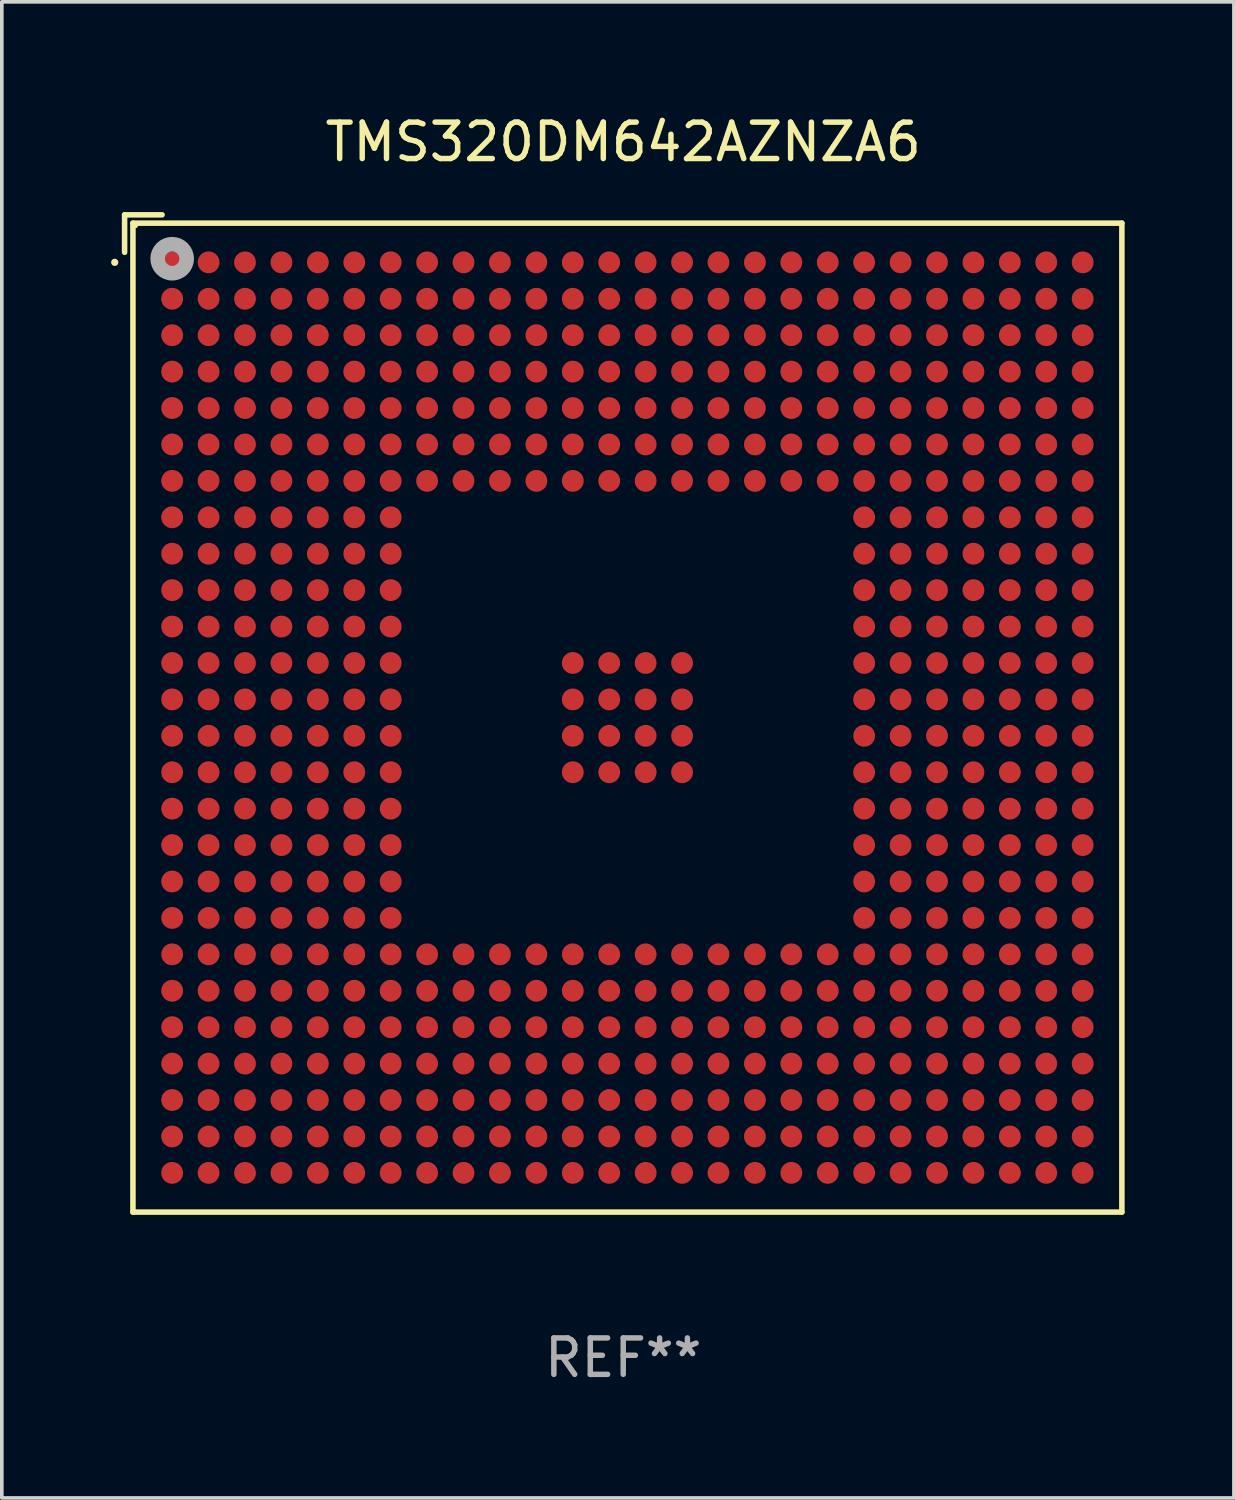
<source format=kicad_pcb>
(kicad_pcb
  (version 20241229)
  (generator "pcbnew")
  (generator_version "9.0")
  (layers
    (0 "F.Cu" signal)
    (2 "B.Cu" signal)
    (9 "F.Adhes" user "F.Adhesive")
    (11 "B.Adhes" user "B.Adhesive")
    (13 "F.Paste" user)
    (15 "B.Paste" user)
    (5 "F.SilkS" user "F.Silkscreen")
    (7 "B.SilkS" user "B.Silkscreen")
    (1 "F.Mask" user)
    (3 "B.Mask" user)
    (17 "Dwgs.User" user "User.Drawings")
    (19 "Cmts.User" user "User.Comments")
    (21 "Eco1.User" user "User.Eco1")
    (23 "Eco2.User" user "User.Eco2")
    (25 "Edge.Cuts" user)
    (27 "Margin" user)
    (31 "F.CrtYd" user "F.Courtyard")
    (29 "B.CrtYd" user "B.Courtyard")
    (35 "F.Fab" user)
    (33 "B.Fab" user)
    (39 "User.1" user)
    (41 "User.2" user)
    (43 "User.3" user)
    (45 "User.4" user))
  (footprint "TMS320DM642AZNZA6"
    (layer "F.Cu")
    (at 14.062 16.539)
    (property "Reference" "TMS320DM642AZNZA6" (at 0 -15.691 0) (layer "F.SilkS") (effects (font (size 1 1) (thickness 0.15))))
    (attr through_hole)
    (fp_line (start -13.691 -13.691) (end -12.662 -13.691) (stroke (width 0.152) (type solid)) (layer "F.SilkS"))
    (fp_line (start -13.691 -12.662) (end -13.691 -13.691) (stroke (width 0.152) (type solid)) (layer "F.SilkS"))
    (fp_line (start -13.462 -13.462) (end 13.691 -13.462) (stroke (width 0.152) (type solid)) (layer "F.SilkS"))
    (fp_line (start -13.462 13.691) (end -13.462 -13.462) (stroke (width 0.152) (type solid)) (layer "F.SilkS"))
    (fp_line (start 13.691 -13.462) (end 13.691 13.691) (stroke (width 0.152) (type solid)) (layer "F.SilkS"))
    (fp_line (start 13.691 13.691) (end -13.462 13.691) (stroke (width 0.152) (type solid)) (layer "F.SilkS"))
    (fp_circle (center -13.962 -12.386) (end -13.912 -12.386) (stroke (width 0.1) (type solid)) (fill no) (layer "F.SilkS"))
    (fp_circle (center -13.385 -13.386) (end -13.355 -13.386) (stroke (width 0.06) (type solid)) (fill no) (layer "F.SilkS"))
    (fp_circle (center -12.385 -12.486) (end -12.186 -12.486) (stroke (width 0.4) (type solid)) (fill no) (layer "F.Fab"))
    (fp_text user "REF**" (at 0 17.691 0) (layer "F.Fab") (effects (font (size 1 1) (thickness 0.15))))
    (pad "A1" smd circle (at -12.385 -12.386) (size 0.6 0.6) (layers "F.Cu" "F.Mask" "F.Paste"))
    (pad "A2" smd circle (at -11.385 -12.386) (size 0.6 0.6) (layers "F.Cu" "F.Mask" "F.Paste"))
    (pad "A3" smd circle (at -10.385 -12.386) (size 0.6 0.6) (layers "F.Cu" "F.Mask" "F.Paste"))
    (pad "A4" smd circle (at -9.385 -12.386) (size 0.6 0.6) (layers "F.Cu" "F.Mask" "F.Paste"))
    (pad "A5" smd circle (at -8.385 -12.386) (size 0.6 0.6) (layers "F.Cu" "F.Mask" "F.Paste"))
    (pad "A6" smd circle (at -7.385 -12.386) (size 0.6 0.6) (layers "F.Cu" "F.Mask" "F.Paste"))
    (pad "A7" smd circle (at -6.385 -12.386) (size 0.6 0.6) (layers "F.Cu" "F.Mask" "F.Paste"))
    (pad "A8" smd circle (at -5.385 -12.386) (size 0.6 0.6) (layers "F.Cu" "F.Mask" "F.Paste"))
    (pad "A9" smd circle (at -4.385 -12.386) (size 0.6 0.6) (layers "F.Cu" "F.Mask" "F.Paste"))
    (pad "A10" smd circle (at -3.385 -12.386) (size 0.6 0.6) (layers "F.Cu" "F.Mask" "F.Paste"))
    (pad "A11" smd circle (at -2.385 -12.386) (size 0.6 0.6) (layers "F.Cu" "F.Mask" "F.Paste"))
    (pad "A12" smd circle (at -1.385 -12.386) (size 0.6 0.6) (layers "F.Cu" "F.Mask" "F.Paste"))
    (pad "A13" smd circle (at -0.385 -12.386) (size 0.6 0.6) (layers "F.Cu" "F.Mask" "F.Paste"))
    (pad "A14" smd circle (at 0.615 -12.386) (size 0.6 0.6) (layers "F.Cu" "F.Mask" "F.Paste"))
    (pad "A15" smd circle (at 1.615 -12.386) (size 0.6 0.6) (layers "F.Cu" "F.Mask" "F.Paste"))
    (pad "A16" smd circle (at 2.615 -12.386) (size 0.6 0.6) (layers "F.Cu" "F.Mask" "F.Paste"))
    (pad "A17" smd circle (at 3.615 -12.386) (size 0.6 0.6) (layers "F.Cu" "F.Mask" "F.Paste"))
    (pad "A18" smd circle (at 4.615 -12.386) (size 0.6 0.6) (layers "F.Cu" "F.Mask" "F.Paste"))
    (pad "A19" smd circle (at 5.615 -12.386) (size 0.6 0.6) (layers "F.Cu" "F.Mask" "F.Paste"))
    (pad "A20" smd circle (at 6.615 -12.386) (size 0.6 0.6) (layers "F.Cu" "F.Mask" "F.Paste"))
    (pad "A21" smd circle (at 7.615 -12.386) (size 0.6 0.6) (layers "F.Cu" "F.Mask" "F.Paste"))
    (pad "A22" smd circle (at 8.615 -12.386) (size 0.6 0.6) (layers "F.Cu" "F.Mask" "F.Paste"))
    (pad "A23" smd circle (at 9.615 -12.386) (size 0.6 0.6) (layers "F.Cu" "F.Mask" "F.Paste"))
    (pad "A24" smd circle (at 10.615 -12.386) (size 0.6 0.6) (layers "F.Cu" "F.Mask" "F.Paste"))
    (pad "A25" smd circle (at 11.615 -12.386) (size 0.6 0.6) (layers "F.Cu" "F.Mask" "F.Paste"))
    (pad "A26" smd circle (at 12.615 -12.386) (size 0.6 0.6) (layers "F.Cu" "F.Mask" "F.Paste"))
    (pad "AA1" smd circle (at -12.385 7.614) (size 0.6 0.6) (layers "F.Cu" "F.Mask" "F.Paste"))
    (pad "AA2" smd circle (at -11.385 7.614) (size 0.6 0.6) (layers "F.Cu" "F.Mask" "F.Paste"))
    (pad "AA3" smd circle (at -10.385 7.614) (size 0.6 0.6) (layers "F.Cu" "F.Mask" "F.Paste"))
    (pad "AA4" smd circle (at -9.385 7.614) (size 0.6 0.6) (layers "F.Cu" "F.Mask" "F.Paste"))
    (pad "AA5" smd circle (at -8.385 7.614) (size 0.6 0.6) (layers "F.Cu" "F.Mask" "F.Paste"))
    (pad "AA6" smd circle (at -7.385 7.614) (size 0.6 0.6) (layers "F.Cu" "F.Mask" "F.Paste"))
    (pad "AA7" smd circle (at -6.385 7.614) (size 0.6 0.6) (layers "F.Cu" "F.Mask" "F.Paste"))
    (pad "AA8" smd circle (at -5.385 7.614) (size 0.6 0.6) (layers "F.Cu" "F.Mask" "F.Paste"))
    (pad "AA9" smd circle (at -4.385 7.614) (size 0.6 0.6) (layers "F.Cu" "F.Mask" "F.Paste"))
    (pad "AA10" smd circle (at -3.385 7.614) (size 0.6 0.6) (layers "F.Cu" "F.Mask" "F.Paste"))
    (pad "AA11" smd circle (at -2.385 7.614) (size 0.6 0.6) (layers "F.Cu" "F.Mask" "F.Paste"))
    (pad "AA12" smd circle (at -1.385 7.614) (size 0.6 0.6) (layers "F.Cu" "F.Mask" "F.Paste"))
    (pad "AA13" smd circle (at -0.385 7.614) (size 0.6 0.6) (layers "F.Cu" "F.Mask" "F.Paste"))
    (pad "AA14" smd circle (at 0.615 7.614) (size 0.6 0.6) (layers "F.Cu" "F.Mask" "F.Paste"))
    (pad "AA15" smd circle (at 1.615 7.614) (size 0.6 0.6) (layers "F.Cu" "F.Mask" "F.Paste"))
    (pad "AA16" smd circle (at 2.615 7.614) (size 0.6 0.6) (layers "F.Cu" "F.Mask" "F.Paste"))
    (pad "AA17" smd circle (at 3.615 7.614) (size 0.6 0.6) (layers "F.Cu" "F.Mask" "F.Paste"))
    (pad "AA18" smd circle (at 4.615 7.614) (size 0.6 0.6) (layers "F.Cu" "F.Mask" "F.Paste"))
    (pad "AA19" smd circle (at 5.615 7.614) (size 0.6 0.6) (layers "F.Cu" "F.Mask" "F.Paste"))
    (pad "AA20" smd circle (at 6.615 7.614) (size 0.6 0.6) (layers "F.Cu" "F.Mask" "F.Paste"))
    (pad "AA21" smd circle (at 7.615 7.614) (size 0.6 0.6) (layers "F.Cu" "F.Mask" "F.Paste"))
    (pad "AA22" smd circle (at 8.615 7.614) (size 0.6 0.6) (layers "F.Cu" "F.Mask" "F.Paste"))
    (pad "AA23" smd circle (at 9.615 7.614) (size 0.6 0.6) (layers "F.Cu" "F.Mask" "F.Paste"))
    (pad "AA24" smd circle (at 10.615 7.614) (size 0.6 0.6) (layers "F.Cu" "F.Mask" "F.Paste"))
    (pad "AA25" smd circle (at 11.615 7.614) (size 0.6 0.6) (layers "F.Cu" "F.Mask" "F.Paste"))
    (pad "AA26" smd circle (at 12.615 7.614) (size 0.6 0.6) (layers "F.Cu" "F.Mask" "F.Paste"))
    (pad "AB1" smd circle (at -12.385 8.614) (size 0.6 0.6) (layers "F.Cu" "F.Mask" "F.Paste"))
    (pad "AB2" smd circle (at -11.385 8.614) (size 0.6 0.6) (layers "F.Cu" "F.Mask" "F.Paste"))
    (pad "AB3" smd circle (at -10.385 8.614) (size 0.6 0.6) (layers "F.Cu" "F.Mask" "F.Paste"))
    (pad "AB4" smd circle (at -9.385 8.614) (size 0.6 0.6) (layers "F.Cu" "F.Mask" "F.Paste"))
    (pad "AB5" smd circle (at -8.385 8.614) (size 0.6 0.6) (layers "F.Cu" "F.Mask" "F.Paste"))
    (pad "AB6" smd circle (at -7.385 8.614) (size 0.6 0.6) (layers "F.Cu" "F.Mask" "F.Paste"))
    (pad "AB7" smd circle (at -6.385 8.614) (size 0.6 0.6) (layers "F.Cu" "F.Mask" "F.Paste"))
    (pad "AB8" smd circle (at -5.385 8.614) (size 0.6 0.6) (layers "F.Cu" "F.Mask" "F.Paste"))
    (pad "AB9" smd circle (at -4.385 8.614) (size 0.6 0.6) (layers "F.Cu" "F.Mask" "F.Paste"))
    (pad "AB10" smd circle (at -3.385 8.614) (size 0.6 0.6) (layers "F.Cu" "F.Mask" "F.Paste"))
    (pad "AB11" smd circle (at -2.385 8.614) (size 0.6 0.6) (layers "F.Cu" "F.Mask" "F.Paste"))
    (pad "AB12" smd circle (at -1.385 8.614) (size 0.6 0.6) (layers "F.Cu" "F.Mask" "F.Paste"))
    (pad "AB13" smd circle (at -0.385 8.614) (size 0.6 0.6) (layers "F.Cu" "F.Mask" "F.Paste"))
    (pad "AB14" smd circle (at 0.615 8.614) (size 0.6 0.6) (layers "F.Cu" "F.Mask" "F.Paste"))
    (pad "AB15" smd circle (at 1.615 8.614) (size 0.6 0.6) (layers "F.Cu" "F.Mask" "F.Paste"))
    (pad "AB16" smd circle (at 2.615 8.614) (size 0.6 0.6) (layers "F.Cu" "F.Mask" "F.Paste"))
    (pad "AB17" smd circle (at 3.615 8.614) (size 0.6 0.6) (layers "F.Cu" "F.Mask" "F.Paste"))
    (pad "AB18" smd circle (at 4.615 8.614) (size 0.6 0.6) (layers "F.Cu" "F.Mask" "F.Paste"))
    (pad "AB19" smd circle (at 5.615 8.614) (size 0.6 0.6) (layers "F.Cu" "F.Mask" "F.Paste"))
    (pad "AB20" smd circle (at 6.615 8.614) (size 0.6 0.6) (layers "F.Cu" "F.Mask" "F.Paste"))
    (pad "AB21" smd circle (at 7.615 8.614) (size 0.6 0.6) (layers "F.Cu" "F.Mask" "F.Paste"))
    (pad "AB22" smd circle (at 8.615 8.614) (size 0.6 0.6) (layers "F.Cu" "F.Mask" "F.Paste"))
    (pad "AB23" smd circle (at 9.615 8.614) (size 0.6 0.6) (layers "F.Cu" "F.Mask" "F.Paste"))
    (pad "AB24" smd circle (at 10.615 8.614) (size 0.6 0.6) (layers "F.Cu" "F.Mask" "F.Paste"))
    (pad "AB25" smd circle (at 11.615 8.614) (size 0.6 0.6) (layers "F.Cu" "F.Mask" "F.Paste"))
    (pad "AB26" smd circle (at 12.615 8.614) (size 0.6 0.6) (layers "F.Cu" "F.Mask" "F.Paste"))
    (pad "AC1" smd circle (at -12.385 9.614) (size 0.6 0.6) (layers "F.Cu" "F.Mask" "F.Paste"))
    (pad "AC2" smd circle (at -11.385 9.614) (size 0.6 0.6) (layers "F.Cu" "F.Mask" "F.Paste"))
    (pad "AC3" smd circle (at -10.385 9.614) (size 0.6 0.6) (layers "F.Cu" "F.Mask" "F.Paste"))
    (pad "AC4" smd circle (at -9.385 9.614) (size 0.6 0.6) (layers "F.Cu" "F.Mask" "F.Paste"))
    (pad "AC5" smd circle (at -8.385 9.614) (size 0.6 0.6) (layers "F.Cu" "F.Mask" "F.Paste"))
    (pad "AC6" smd circle (at -7.385 9.614) (size 0.6 0.6) (layers "F.Cu" "F.Mask" "F.Paste"))
    (pad "AC7" smd circle (at -6.385 9.614) (size 0.6 0.6) (layers "F.Cu" "F.Mask" "F.Paste"))
    (pad "AC8" smd circle (at -5.385 9.614) (size 0.6 0.6) (layers "F.Cu" "F.Mask" "F.Paste"))
    (pad "AC9" smd circle (at -4.385 9.614) (size 0.6 0.6) (layers "F.Cu" "F.Mask" "F.Paste"))
    (pad "AC10" smd circle (at -3.385 9.614) (size 0.6 0.6) (layers "F.Cu" "F.Mask" "F.Paste"))
    (pad "AC11" smd circle (at -2.385 9.614) (size 0.6 0.6) (layers "F.Cu" "F.Mask" "F.Paste"))
    (pad "AC12" smd circle (at -1.385 9.614) (size 0.6 0.6) (layers "F.Cu" "F.Mask" "F.Paste"))
    (pad "AC13" smd circle (at -0.385 9.614) (size 0.6 0.6) (layers "F.Cu" "F.Mask" "F.Paste"))
    (pad "AC14" smd circle (at 0.615 9.614) (size 0.6 0.6) (layers "F.Cu" "F.Mask" "F.Paste"))
    (pad "AC15" smd circle (at 1.615 9.614) (size 0.6 0.6) (layers "F.Cu" "F.Mask" "F.Paste"))
    (pad "AC16" smd circle (at 2.615 9.614) (size 0.6 0.6) (layers "F.Cu" "F.Mask" "F.Paste"))
    (pad "AC17" smd circle (at 3.615 9.614) (size 0.6 0.6) (layers "F.Cu" "F.Mask" "F.Paste"))
    (pad "AC18" smd circle (at 4.615 9.614) (size 0.6 0.6) (layers "F.Cu" "F.Mask" "F.Paste"))
    (pad "AC19" smd circle (at 5.615 9.614) (size 0.6 0.6) (layers "F.Cu" "F.Mask" "F.Paste"))
    (pad "AC20" smd circle (at 6.615 9.614) (size 0.6 0.6) (layers "F.Cu" "F.Mask" "F.Paste"))
    (pad "AC21" smd circle (at 7.615 9.614) (size 0.6 0.6) (layers "F.Cu" "F.Mask" "F.Paste"))
    (pad "AC22" smd circle (at 8.615 9.614) (size 0.6 0.6) (layers "F.Cu" "F.Mask" "F.Paste"))
    (pad "AC23" smd circle (at 9.615 9.614) (size 0.6 0.6) (layers "F.Cu" "F.Mask" "F.Paste"))
    (pad "AC24" smd circle (at 10.615 9.614) (size 0.6 0.6) (layers "F.Cu" "F.Mask" "F.Paste"))
    (pad "AC25" smd circle (at 11.615 9.614) (size 0.6 0.6) (layers "F.Cu" "F.Mask" "F.Paste"))
    (pad "AC26" smd circle (at 12.615 9.614) (size 0.6 0.6) (layers "F.Cu" "F.Mask" "F.Paste"))
    (pad "AD1" smd circle (at -12.385 10.614) (size 0.6 0.6) (layers "F.Cu" "F.Mask" "F.Paste"))
    (pad "AD2" smd circle (at -11.385 10.614) (size 0.6 0.6) (layers "F.Cu" "F.Mask" "F.Paste"))
    (pad "AD3" smd circle (at -10.385 10.614) (size 0.6 0.6) (layers "F.Cu" "F.Mask" "F.Paste"))
    (pad "AD4" smd circle (at -9.385 10.614) (size 0.6 0.6) (layers "F.Cu" "F.Mask" "F.Paste"))
    (pad "AD5" smd circle (at -8.385 10.614) (size 0.6 0.6) (layers "F.Cu" "F.Mask" "F.Paste"))
    (pad "AD6" smd circle (at -7.385 10.614) (size 0.6 0.6) (layers "F.Cu" "F.Mask" "F.Paste"))
    (pad "AD7" smd circle (at -6.385 10.614) (size 0.6 0.6) (layers "F.Cu" "F.Mask" "F.Paste"))
    (pad "AD8" smd circle (at -5.385 10.614) (size 0.6 0.6) (layers "F.Cu" "F.Mask" "F.Paste"))
    (pad "AD9" smd circle (at -4.385 10.614) (size 0.6 0.6) (layers "F.Cu" "F.Mask" "F.Paste"))
    (pad "AD10" smd circle (at -3.385 10.614) (size 0.6 0.6) (layers "F.Cu" "F.Mask" "F.Paste"))
    (pad "AD11" smd circle (at -2.385 10.614) (size 0.6 0.6) (layers "F.Cu" "F.Mask" "F.Paste"))
    (pad "AD12" smd circle (at -1.385 10.614) (size 0.6 0.6) (layers "F.Cu" "F.Mask" "F.Paste"))
    (pad "AD13" smd circle (at -0.385 10.614) (size 0.6 0.6) (layers "F.Cu" "F.Mask" "F.Paste"))
    (pad "AD14" smd circle (at 0.615 10.614) (size 0.6 0.6) (layers "F.Cu" "F.Mask" "F.Paste"))
    (pad "AD15" smd circle (at 1.615 10.614) (size 0.6 0.6) (layers "F.Cu" "F.Mask" "F.Paste"))
    (pad "AD16" smd circle (at 2.615 10.614) (size 0.6 0.6) (layers "F.Cu" "F.Mask" "F.Paste"))
    (pad "AD17" smd circle (at 3.615 10.614) (size 0.6 0.6) (layers "F.Cu" "F.Mask" "F.Paste"))
    (pad "AD18" smd circle (at 4.615 10.614) (size 0.6 0.6) (layers "F.Cu" "F.Mask" "F.Paste"))
    (pad "AD19" smd circle (at 5.615 10.614) (size 0.6 0.6) (layers "F.Cu" "F.Mask" "F.Paste"))
    (pad "AD20" smd circle (at 6.615 10.614) (size 0.6 0.6) (layers "F.Cu" "F.Mask" "F.Paste"))
    (pad "AD21" smd circle (at 7.615 10.614) (size 0.6 0.6) (layers "F.Cu" "F.Mask" "F.Paste"))
    (pad "AD22" smd circle (at 8.615 10.614) (size 0.6 0.6) (layers "F.Cu" "F.Mask" "F.Paste"))
    (pad "AD23" smd circle (at 9.615 10.614) (size 0.6 0.6) (layers "F.Cu" "F.Mask" "F.Paste"))
    (pad "AD24" smd circle (at 10.615 10.614) (size 0.6 0.6) (layers "F.Cu" "F.Mask" "F.Paste"))
    (pad "AD25" smd circle (at 11.615 10.614) (size 0.6 0.6) (layers "F.Cu" "F.Mask" "F.Paste"))
    (pad "AD26" smd circle (at 12.615 10.614) (size 0.6 0.6) (layers "F.Cu" "F.Mask" "F.Paste"))
    (pad "AE1" smd circle (at -12.385 11.614) (size 0.6 0.6) (layers "F.Cu" "F.Mask" "F.Paste"))
    (pad "AE2" smd circle (at -11.385 11.614) (size 0.6 0.6) (layers "F.Cu" "F.Mask" "F.Paste"))
    (pad "AE3" smd circle (at -10.385 11.614) (size 0.6 0.6) (layers "F.Cu" "F.Mask" "F.Paste"))
    (pad "AE4" smd circle (at -9.385 11.614) (size 0.6 0.6) (layers "F.Cu" "F.Mask" "F.Paste"))
    (pad "AE5" smd circle (at -8.385 11.614) (size 0.6 0.6) (layers "F.Cu" "F.Mask" "F.Paste"))
    (pad "AE6" smd circle (at -7.385 11.614) (size 0.6 0.6) (layers "F.Cu" "F.Mask" "F.Paste"))
    (pad "AE7" smd circle (at -6.385 11.614) (size 0.6 0.6) (layers "F.Cu" "F.Mask" "F.Paste"))
    (pad "AE8" smd circle (at -5.385 11.614) (size 0.6 0.6) (layers "F.Cu" "F.Mask" "F.Paste"))
    (pad "AE9" smd circle (at -4.385 11.614) (size 0.6 0.6) (layers "F.Cu" "F.Mask" "F.Paste"))
    (pad "AE10" smd circle (at -3.385 11.614) (size 0.6 0.6) (layers "F.Cu" "F.Mask" "F.Paste"))
    (pad "AE11" smd circle (at -2.385 11.614) (size 0.6 0.6) (layers "F.Cu" "F.Mask" "F.Paste"))
    (pad "AE12" smd circle (at -1.385 11.614) (size 0.6 0.6) (layers "F.Cu" "F.Mask" "F.Paste"))
    (pad "AE13" smd circle (at -0.385 11.614) (size 0.6 0.6) (layers "F.Cu" "F.Mask" "F.Paste"))
    (pad "AE14" smd circle (at 0.615 11.614) (size 0.6 0.6) (layers "F.Cu" "F.Mask" "F.Paste"))
    (pad "AE15" smd circle (at 1.615 11.614) (size 0.6 0.6) (layers "F.Cu" "F.Mask" "F.Paste"))
    (pad "AE16" smd circle (at 2.615 11.614) (size 0.6 0.6) (layers "F.Cu" "F.Mask" "F.Paste"))
    (pad "AE17" smd circle (at 3.615 11.614) (size 0.6 0.6) (layers "F.Cu" "F.Mask" "F.Paste"))
    (pad "AE18" smd circle (at 4.615 11.614) (size 0.6 0.6) (layers "F.Cu" "F.Mask" "F.Paste"))
    (pad "AE19" smd circle (at 5.615 11.614) (size 0.6 0.6) (layers "F.Cu" "F.Mask" "F.Paste"))
    (pad "AE20" smd circle (at 6.615 11.614) (size 0.6 0.6) (layers "F.Cu" "F.Mask" "F.Paste"))
    (pad "AE21" smd circle (at 7.615 11.614) (size 0.6 0.6) (layers "F.Cu" "F.Mask" "F.Paste"))
    (pad "AE22" smd circle (at 8.615 11.614) (size 0.6 0.6) (layers "F.Cu" "F.Mask" "F.Paste"))
    (pad "AE23" smd circle (at 9.615 11.614) (size 0.6 0.6) (layers "F.Cu" "F.Mask" "F.Paste"))
    (pad "AE24" smd circle (at 10.615 11.614) (size 0.6 0.6) (layers "F.Cu" "F.Mask" "F.Paste"))
    (pad "AE25" smd circle (at 11.615 11.614) (size 0.6 0.6) (layers "F.Cu" "F.Mask" "F.Paste"))
    (pad "AE26" smd circle (at 12.615 11.614) (size 0.6 0.6) (layers "F.Cu" "F.Mask" "F.Paste"))
    (pad "AF1" smd circle (at -12.385 12.614) (size 0.6 0.6) (layers "F.Cu" "F.Mask" "F.Paste"))
    (pad "AF2" smd circle (at -11.385 12.614) (size 0.6 0.6) (layers "F.Cu" "F.Mask" "F.Paste"))
    (pad "AF3" smd circle (at -10.385 12.614) (size 0.6 0.6) (layers "F.Cu" "F.Mask" "F.Paste"))
    (pad "AF4" smd circle (at -9.385 12.614) (size 0.6 0.6) (layers "F.Cu" "F.Mask" "F.Paste"))
    (pad "AF5" smd circle (at -8.385 12.614) (size 0.6 0.6) (layers "F.Cu" "F.Mask" "F.Paste"))
    (pad "AF6" smd circle (at -7.385 12.614) (size 0.6 0.6) (layers "F.Cu" "F.Mask" "F.Paste"))
    (pad "AF7" smd circle (at -6.385 12.614) (size 0.6 0.6) (layers "F.Cu" "F.Mask" "F.Paste"))
    (pad "AF8" smd circle (at -5.385 12.614) (size 0.6 0.6) (layers "F.Cu" "F.Mask" "F.Paste"))
    (pad "AF9" smd circle (at -4.385 12.614) (size 0.6 0.6) (layers "F.Cu" "F.Mask" "F.Paste"))
    (pad "AF10" smd circle (at -3.385 12.614) (size 0.6 0.6) (layers "F.Cu" "F.Mask" "F.Paste"))
    (pad "AF11" smd circle (at -2.385 12.614) (size 0.6 0.6) (layers "F.Cu" "F.Mask" "F.Paste"))
    (pad "AF12" smd circle (at -1.385 12.614) (size 0.6 0.6) (layers "F.Cu" "F.Mask" "F.Paste"))
    (pad "AF13" smd circle (at -0.385 12.614) (size 0.6 0.6) (layers "F.Cu" "F.Mask" "F.Paste"))
    (pad "AF14" smd circle (at 0.615 12.614) (size 0.6 0.6) (layers "F.Cu" "F.Mask" "F.Paste"))
    (pad "AF15" smd circle (at 1.615 12.614) (size 0.6 0.6) (layers "F.Cu" "F.Mask" "F.Paste"))
    (pad "AF16" smd circle (at 2.615 12.614) (size 0.6 0.6) (layers "F.Cu" "F.Mask" "F.Paste"))
    (pad "AF17" smd circle (at 3.615 12.614) (size 0.6 0.6) (layers "F.Cu" "F.Mask" "F.Paste"))
    (pad "AF18" smd circle (at 4.615 12.614) (size 0.6 0.6) (layers "F.Cu" "F.Mask" "F.Paste"))
    (pad "AF19" smd circle (at 5.615 12.614) (size 0.6 0.6) (layers "F.Cu" "F.Mask" "F.Paste"))
    (pad "AF20" smd circle (at 6.615 12.614) (size 0.6 0.6) (layers "F.Cu" "F.Mask" "F.Paste"))
    (pad "AF21" smd circle (at 7.615 12.614) (size 0.6 0.6) (layers "F.Cu" "F.Mask" "F.Paste"))
    (pad "AF22" smd circle (at 8.615 12.614) (size 0.6 0.6) (layers "F.Cu" "F.Mask" "F.Paste"))
    (pad "AF23" smd circle (at 9.615 12.614) (size 0.6 0.6) (layers "F.Cu" "F.Mask" "F.Paste"))
    (pad "AF24" smd circle (at 10.615 12.614) (size 0.6 0.6) (layers "F.Cu" "F.Mask" "F.Paste"))
    (pad "AF25" smd circle (at 11.615 12.614) (size 0.6 0.6) (layers "F.Cu" "F.Mask" "F.Paste"))
    (pad "AF26" smd circle (at 12.615 12.614) (size 0.6 0.6) (layers "F.Cu" "F.Mask" "F.Paste"))
    (pad "B1" smd circle (at -12.385 -11.386) (size 0.6 0.6) (layers "F.Cu" "F.Mask" "F.Paste"))
    (pad "B2" smd circle (at -11.385 -11.386) (size 0.6 0.6) (layers "F.Cu" "F.Mask" "F.Paste"))
    (pad "B3" smd circle (at -10.385 -11.386) (size 0.6 0.6) (layers "F.Cu" "F.Mask" "F.Paste"))
    (pad "B4" smd circle (at -9.385 -11.386) (size 0.6 0.6) (layers "F.Cu" "F.Mask" "F.Paste"))
    (pad "B5" smd circle (at -8.385 -11.386) (size 0.6 0.6) (layers "F.Cu" "F.Mask" "F.Paste"))
    (pad "B6" smd circle (at -7.385 -11.386) (size 0.6 0.6) (layers "F.Cu" "F.Mask" "F.Paste"))
    (pad "B7" smd circle (at -6.385 -11.386) (size 0.6 0.6) (layers "F.Cu" "F.Mask" "F.Paste"))
    (pad "B8" smd circle (at -5.385 -11.386) (size 0.6 0.6) (layers "F.Cu" "F.Mask" "F.Paste"))
    (pad "B9" smd circle (at -4.385 -11.386) (size 0.6 0.6) (layers "F.Cu" "F.Mask" "F.Paste"))
    (pad "B10" smd circle (at -3.385 -11.386) (size 0.6 0.6) (layers "F.Cu" "F.Mask" "F.Paste"))
    (pad "B11" smd circle (at -2.385 -11.386) (size 0.6 0.6) (layers "F.Cu" "F.Mask" "F.Paste"))
    (pad "B12" smd circle (at -1.385 -11.386) (size 0.6 0.6) (layers "F.Cu" "F.Mask" "F.Paste"))
    (pad "B13" smd circle (at -0.385 -11.386) (size 0.6 0.6) (layers "F.Cu" "F.Mask" "F.Paste"))
    (pad "B14" smd circle (at 0.615 -11.386) (size 0.6 0.6) (layers "F.Cu" "F.Mask" "F.Paste"))
    (pad "B15" smd circle (at 1.615 -11.386) (size 0.6 0.6) (layers "F.Cu" "F.Mask" "F.Paste"))
    (pad "B16" smd circle (at 2.615 -11.386) (size 0.6 0.6) (layers "F.Cu" "F.Mask" "F.Paste"))
    (pad "B17" smd circle (at 3.615 -11.386) (size 0.6 0.6) (layers "F.Cu" "F.Mask" "F.Paste"))
    (pad "B18" smd circle (at 4.615 -11.386) (size 0.6 0.6) (layers "F.Cu" "F.Mask" "F.Paste"))
    (pad "B19" smd circle (at 5.615 -11.386) (size 0.6 0.6) (layers "F.Cu" "F.Mask" "F.Paste"))
    (pad "B20" smd circle (at 6.615 -11.386) (size 0.6 0.6) (layers "F.Cu" "F.Mask" "F.Paste"))
    (pad "B21" smd circle (at 7.615 -11.386) (size 0.6 0.6) (layers "F.Cu" "F.Mask" "F.Paste"))
    (pad "B22" smd circle (at 8.615 -11.386) (size 0.6 0.6) (layers "F.Cu" "F.Mask" "F.Paste"))
    (pad "B23" smd circle (at 9.615 -11.386) (size 0.6 0.6) (layers "F.Cu" "F.Mask" "F.Paste"))
    (pad "B24" smd circle (at 10.615 -11.386) (size 0.6 0.6) (layers "F.Cu" "F.Mask" "F.Paste"))
    (pad "B25" smd circle (at 11.615 -11.386) (size 0.6 0.6) (layers "F.Cu" "F.Mask" "F.Paste"))
    (pad "B26" smd circle (at 12.615 -11.386) (size 0.6 0.6) (layers "F.Cu" "F.Mask" "F.Paste"))
    (pad "C1" smd circle (at -12.385 -10.386) (size 0.6 0.6) (layers "F.Cu" "F.Mask" "F.Paste"))
    (pad "C2" smd circle (at -11.385 -10.386) (size 0.6 0.6) (layers "F.Cu" "F.Mask" "F.Paste"))
    (pad "C3" smd circle (at -10.385 -10.386) (size 0.6 0.6) (layers "F.Cu" "F.Mask" "F.Paste"))
    (pad "C4" smd circle (at -9.385 -10.386) (size 0.6 0.6) (layers "F.Cu" "F.Mask" "F.Paste"))
    (pad "C5" smd circle (at -8.385 -10.386) (size 0.6 0.6) (layers "F.Cu" "F.Mask" "F.Paste"))
    (pad "C6" smd circle (at -7.385 -10.386) (size 0.6 0.6) (layers "F.Cu" "F.Mask" "F.Paste"))
    (pad "C7" smd circle (at -6.385 -10.386) (size 0.6 0.6) (layers "F.Cu" "F.Mask" "F.Paste"))
    (pad "C8" smd circle (at -5.385 -10.386) (size 0.6 0.6) (layers "F.Cu" "F.Mask" "F.Paste"))
    (pad "C9" smd circle (at -4.385 -10.386) (size 0.6 0.6) (layers "F.Cu" "F.Mask" "F.Paste"))
    (pad "C10" smd circle (at -3.385 -10.386) (size 0.6 0.6) (layers "F.Cu" "F.Mask" "F.Paste"))
    (pad "C11" smd circle (at -2.385 -10.386) (size 0.6 0.6) (layers "F.Cu" "F.Mask" "F.Paste"))
    (pad "C12" smd circle (at -1.385 -10.386) (size 0.6 0.6) (layers "F.Cu" "F.Mask" "F.Paste"))
    (pad "C13" smd circle (at -0.385 -10.386) (size 0.6 0.6) (layers "F.Cu" "F.Mask" "F.Paste"))
    (pad "C14" smd circle (at 0.615 -10.386) (size 0.6 0.6) (layers "F.Cu" "F.Mask" "F.Paste"))
    (pad "C15" smd circle (at 1.615 -10.386) (size 0.6 0.6) (layers "F.Cu" "F.Mask" "F.Paste"))
    (pad "C16" smd circle (at 2.615 -10.386) (size 0.6 0.6) (layers "F.Cu" "F.Mask" "F.Paste"))
    (pad "C17" smd circle (at 3.615 -10.386) (size 0.6 0.6) (layers "F.Cu" "F.Mask" "F.Paste"))
    (pad "C18" smd circle (at 4.615 -10.386) (size 0.6 0.6) (layers "F.Cu" "F.Mask" "F.Paste"))
    (pad "C19" smd circle (at 5.615 -10.386) (size 0.6 0.6) (layers "F.Cu" "F.Mask" "F.Paste"))
    (pad "C20" smd circle (at 6.615 -10.386) (size 0.6 0.6) (layers "F.Cu" "F.Mask" "F.Paste"))
    (pad "C21" smd circle (at 7.615 -10.386) (size 0.6 0.6) (layers "F.Cu" "F.Mask" "F.Paste"))
    (pad "C22" smd circle (at 8.615 -10.386) (size 0.6 0.6) (layers "F.Cu" "F.Mask" "F.Paste"))
    (pad "C23" smd circle (at 9.615 -10.386) (size 0.6 0.6) (layers "F.Cu" "F.Mask" "F.Paste"))
    (pad "C24" smd circle (at 10.615 -10.386) (size 0.6 0.6) (layers "F.Cu" "F.Mask" "F.Paste"))
    (pad "C25" smd circle (at 11.615 -10.386) (size 0.6 0.6) (layers "F.Cu" "F.Mask" "F.Paste"))
    (pad "C26" smd circle (at 12.615 -10.386) (size 0.6 0.6) (layers "F.Cu" "F.Mask" "F.Paste"))
    (pad "D1" smd circle (at -12.385 -9.386) (size 0.6 0.6) (layers "F.Cu" "F.Mask" "F.Paste"))
    (pad "D2" smd circle (at -11.385 -9.386) (size 0.6 0.6) (layers "F.Cu" "F.Mask" "F.Paste"))
    (pad "D3" smd circle (at -10.385 -9.386) (size 0.6 0.6) (layers "F.Cu" "F.Mask" "F.Paste"))
    (pad "D4" smd circle (at -9.385 -9.386) (size 0.6 0.6) (layers "F.Cu" "F.Mask" "F.Paste"))
    (pad "D5" smd circle (at -8.385 -9.386) (size 0.6 0.6) (layers "F.Cu" "F.Mask" "F.Paste"))
    (pad "D6" smd circle (at -7.385 -9.386) (size 0.6 0.6) (layers "F.Cu" "F.Mask" "F.Paste"))
    (pad "D7" smd circle (at -6.385 -9.386) (size 0.6 0.6) (layers "F.Cu" "F.Mask" "F.Paste"))
    (pad "D8" smd circle (at -5.385 -9.386) (size 0.6 0.6) (layers "F.Cu" "F.Mask" "F.Paste"))
    (pad "D9" smd circle (at -4.385 -9.386) (size 0.6 0.6) (layers "F.Cu" "F.Mask" "F.Paste"))
    (pad "D10" smd circle (at -3.385 -9.386) (size 0.6 0.6) (layers "F.Cu" "F.Mask" "F.Paste"))
    (pad "D11" smd circle (at -2.385 -9.386) (size 0.6 0.6) (layers "F.Cu" "F.Mask" "F.Paste"))
    (pad "D12" smd circle (at -1.385 -9.386) (size 0.6 0.6) (layers "F.Cu" "F.Mask" "F.Paste"))
    (pad "D13" smd circle (at -0.385 -9.386) (size 0.6 0.6) (layers "F.Cu" "F.Mask" "F.Paste"))
    (pad "D14" smd circle (at 0.615 -9.386) (size 0.6 0.6) (layers "F.Cu" "F.Mask" "F.Paste"))
    (pad "D15" smd circle (at 1.615 -9.386) (size 0.6 0.6) (layers "F.Cu" "F.Mask" "F.Paste"))
    (pad "D16" smd circle (at 2.615 -9.386) (size 0.6 0.6) (layers "F.Cu" "F.Mask" "F.Paste"))
    (pad "D17" smd circle (at 3.615 -9.386) (size 0.6 0.6) (layers "F.Cu" "F.Mask" "F.Paste"))
    (pad "D18" smd circle (at 4.615 -9.386) (size 0.6 0.6) (layers "F.Cu" "F.Mask" "F.Paste"))
    (pad "D19" smd circle (at 5.615 -9.386) (size 0.6 0.6) (layers "F.Cu" "F.Mask" "F.Paste"))
    (pad "D20" smd circle (at 6.615 -9.386) (size 0.6 0.6) (layers "F.Cu" "F.Mask" "F.Paste"))
    (pad "D21" smd circle (at 7.615 -9.386) (size 0.6 0.6) (layers "F.Cu" "F.Mask" "F.Paste"))
    (pad "D22" smd circle (at 8.615 -9.386) (size 0.6 0.6) (layers "F.Cu" "F.Mask" "F.Paste"))
    (pad "D23" smd circle (at 9.615 -9.386) (size 0.6 0.6) (layers "F.Cu" "F.Mask" "F.Paste"))
    (pad "D24" smd circle (at 10.615 -9.386) (size 0.6 0.6) (layers "F.Cu" "F.Mask" "F.Paste"))
    (pad "D25" smd circle (at 11.615 -9.386) (size 0.6 0.6) (layers "F.Cu" "F.Mask" "F.Paste"))
    (pad "D26" smd circle (at 12.615 -9.386) (size 0.6 0.6) (layers "F.Cu" "F.Mask" "F.Paste"))
    (pad "E1" smd circle (at -12.385 -8.386) (size 0.6 0.6) (layers "F.Cu" "F.Mask" "F.Paste"))
    (pad "E2" smd circle (at -11.385 -8.386) (size 0.6 0.6) (layers "F.Cu" "F.Mask" "F.Paste"))
    (pad "E3" smd circle (at -10.385 -8.386) (size 0.6 0.6) (layers "F.Cu" "F.Mask" "F.Paste"))
    (pad "E4" smd circle (at -9.385 -8.386) (size 0.6 0.6) (layers "F.Cu" "F.Mask" "F.Paste"))
    (pad "E5" smd circle (at -8.385 -8.386) (size 0.6 0.6) (layers "F.Cu" "F.Mask" "F.Paste"))
    (pad "E6" smd circle (at -7.385 -8.386) (size 0.6 0.6) (layers "F.Cu" "F.Mask" "F.Paste"))
    (pad "E7" smd circle (at -6.385 -8.386) (size 0.6 0.6) (layers "F.Cu" "F.Mask" "F.Paste"))
    (pad "E8" smd circle (at -5.385 -8.386) (size 0.6 0.6) (layers "F.Cu" "F.Mask" "F.Paste"))
    (pad "E9" smd circle (at -4.385 -8.386) (size 0.6 0.6) (layers "F.Cu" "F.Mask" "F.Paste"))
    (pad "E10" smd circle (at -3.385 -8.386) (size 0.6 0.6) (layers "F.Cu" "F.Mask" "F.Paste"))
    (pad "E11" smd circle (at -2.385 -8.386) (size 0.6 0.6) (layers "F.Cu" "F.Mask" "F.Paste"))
    (pad "E12" smd circle (at -1.385 -8.386) (size 0.6 0.6) (layers "F.Cu" "F.Mask" "F.Paste"))
    (pad "E13" smd circle (at -0.385 -8.386) (size 0.6 0.6) (layers "F.Cu" "F.Mask" "F.Paste"))
    (pad "E14" smd circle (at 0.615 -8.386) (size 0.6 0.6) (layers "F.Cu" "F.Mask" "F.Paste"))
    (pad "E15" smd circle (at 1.615 -8.386) (size 0.6 0.6) (layers "F.Cu" "F.Mask" "F.Paste"))
    (pad "E16" smd circle (at 2.615 -8.386) (size 0.6 0.6) (layers "F.Cu" "F.Mask" "F.Paste"))
    (pad "E17" smd circle (at 3.615 -8.386) (size 0.6 0.6) (layers "F.Cu" "F.Mask" "F.Paste"))
    (pad "E18" smd circle (at 4.615 -8.386) (size 0.6 0.6) (layers "F.Cu" "F.Mask" "F.Paste"))
    (pad "E19" smd circle (at 5.615 -8.386) (size 0.6 0.6) (layers "F.Cu" "F.Mask" "F.Paste"))
    (pad "E20" smd circle (at 6.615 -8.386) (size 0.6 0.6) (layers "F.Cu" "F.Mask" "F.Paste"))
    (pad "E21" smd circle (at 7.615 -8.386) (size 0.6 0.6) (layers "F.Cu" "F.Mask" "F.Paste"))
    (pad "E22" smd circle (at 8.615 -8.386) (size 0.6 0.6) (layers "F.Cu" "F.Mask" "F.Paste"))
    (pad "E23" smd circle (at 9.615 -8.386) (size 0.6 0.6) (layers "F.Cu" "F.Mask" "F.Paste"))
    (pad "E24" smd circle (at 10.615 -8.386) (size 0.6 0.6) (layers "F.Cu" "F.Mask" "F.Paste"))
    (pad "E25" smd circle (at 11.615 -8.386) (size 0.6 0.6) (layers "F.Cu" "F.Mask" "F.Paste"))
    (pad "E26" smd circle (at 12.615 -8.386) (size 0.6 0.6) (layers "F.Cu" "F.Mask" "F.Paste"))
    (pad "F1" smd circle (at -12.385 -7.386) (size 0.6 0.6) (layers "F.Cu" "F.Mask" "F.Paste"))
    (pad "F2" smd circle (at -11.385 -7.386) (size 0.6 0.6) (layers "F.Cu" "F.Mask" "F.Paste"))
    (pad "F3" smd circle (at -10.385 -7.386) (size 0.6 0.6) (layers "F.Cu" "F.Mask" "F.Paste"))
    (pad "F4" smd circle (at -9.385 -7.386) (size 0.6 0.6) (layers "F.Cu" "F.Mask" "F.Paste"))
    (pad "F5" smd circle (at -8.385 -7.386) (size 0.6 0.6) (layers "F.Cu" "F.Mask" "F.Paste"))
    (pad "F6" smd circle (at -7.385 -7.386) (size 0.6 0.6) (layers "F.Cu" "F.Mask" "F.Paste"))
    (pad "F7" smd circle (at -6.385 -7.386) (size 0.6 0.6) (layers "F.Cu" "F.Mask" "F.Paste"))
    (pad "F8" smd circle (at -5.385 -7.386) (size 0.6 0.6) (layers "F.Cu" "F.Mask" "F.Paste"))
    (pad "F9" smd circle (at -4.385 -7.386) (size 0.6 0.6) (layers "F.Cu" "F.Mask" "F.Paste"))
    (pad "F10" smd circle (at -3.385 -7.386) (size 0.6 0.6) (layers "F.Cu" "F.Mask" "F.Paste"))
    (pad "F11" smd circle (at -2.385 -7.386) (size 0.6 0.6) (layers "F.Cu" "F.Mask" "F.Paste"))
    (pad "F12" smd circle (at -1.385 -7.386) (size 0.6 0.6) (layers "F.Cu" "F.Mask" "F.Paste"))
    (pad "F13" smd circle (at -0.385 -7.386) (size 0.6 0.6) (layers "F.Cu" "F.Mask" "F.Paste"))
    (pad "F14" smd circle (at 0.615 -7.386) (size 0.6 0.6) (layers "F.Cu" "F.Mask" "F.Paste"))
    (pad "F15" smd circle (at 1.615 -7.386) (size 0.6 0.6) (layers "F.Cu" "F.Mask" "F.Paste"))
    (pad "F16" smd circle (at 2.615 -7.386) (size 0.6 0.6) (layers "F.Cu" "F.Mask" "F.Paste"))
    (pad "F17" smd circle (at 3.615 -7.386) (size 0.6 0.6) (layers "F.Cu" "F.Mask" "F.Paste"))
    (pad "F18" smd circle (at 4.615 -7.386) (size 0.6 0.6) (layers "F.Cu" "F.Mask" "F.Paste"))
    (pad "F19" smd circle (at 5.615 -7.386) (size 0.6 0.6) (layers "F.Cu" "F.Mask" "F.Paste"))
    (pad "F20" smd circle (at 6.615 -7.386) (size 0.6 0.6) (layers "F.Cu" "F.Mask" "F.Paste"))
    (pad "F21" smd circle (at 7.615 -7.386) (size 0.6 0.6) (layers "F.Cu" "F.Mask" "F.Paste"))
    (pad "F22" smd circle (at 8.615 -7.386) (size 0.6 0.6) (layers "F.Cu" "F.Mask" "F.Paste"))
    (pad "F23" smd circle (at 9.615 -7.386) (size 0.6 0.6) (layers "F.Cu" "F.Mask" "F.Paste"))
    (pad "F24" smd circle (at 10.615 -7.386) (size 0.6 0.6) (layers "F.Cu" "F.Mask" "F.Paste"))
    (pad "F25" smd circle (at 11.615 -7.386) (size 0.6 0.6) (layers "F.Cu" "F.Mask" "F.Paste"))
    (pad "F26" smd circle (at 12.615 -7.386) (size 0.6 0.6) (layers "F.Cu" "F.Mask" "F.Paste"))
    (pad "G1" smd circle (at -12.385 -6.386) (size 0.6 0.6) (layers "F.Cu" "F.Mask" "F.Paste"))
    (pad "G2" smd circle (at -11.385 -6.386) (size 0.6 0.6) (layers "F.Cu" "F.Mask" "F.Paste"))
    (pad "G3" smd circle (at -10.385 -6.386) (size 0.6 0.6) (layers "F.Cu" "F.Mask" "F.Paste"))
    (pad "G4" smd circle (at -9.385 -6.386) (size 0.6 0.6) (layers "F.Cu" "F.Mask" "F.Paste"))
    (pad "G5" smd circle (at -8.385 -6.386) (size 0.6 0.6) (layers "F.Cu" "F.Mask" "F.Paste"))
    (pad "G6" smd circle (at -7.385 -6.386) (size 0.6 0.6) (layers "F.Cu" "F.Mask" "F.Paste"))
    (pad "G7" smd circle (at -6.385 -6.386) (size 0.6 0.6) (layers "F.Cu" "F.Mask" "F.Paste"))
    (pad "G8" smd circle (at -5.385 -6.386) (size 0.6 0.6) (layers "F.Cu" "F.Mask" "F.Paste"))
    (pad "G9" smd circle (at -4.385 -6.386) (size 0.6 0.6) (layers "F.Cu" "F.Mask" "F.Paste"))
    (pad "G10" smd circle (at -3.385 -6.386) (size 0.6 0.6) (layers "F.Cu" "F.Mask" "F.Paste"))
    (pad "G11" smd circle (at -2.385 -6.386) (size 0.6 0.6) (layers "F.Cu" "F.Mask" "F.Paste"))
    (pad "G12" smd circle (at -1.385 -6.386) (size 0.6 0.6) (layers "F.Cu" "F.Mask" "F.Paste"))
    (pad "G13" smd circle (at -0.385 -6.386) (size 0.6 0.6) (layers "F.Cu" "F.Mask" "F.Paste"))
    (pad "G14" smd circle (at 0.615 -6.386) (size 0.6 0.6) (layers "F.Cu" "F.Mask" "F.Paste"))
    (pad "G15" smd circle (at 1.615 -6.386) (size 0.6 0.6) (layers "F.Cu" "F.Mask" "F.Paste"))
    (pad "G16" smd circle (at 2.615 -6.386) (size 0.6 0.6) (layers "F.Cu" "F.Mask" "F.Paste"))
    (pad "G17" smd circle (at 3.615 -6.386) (size 0.6 0.6) (layers "F.Cu" "F.Mask" "F.Paste"))
    (pad "G18" smd circle (at 4.615 -6.386) (size 0.6 0.6) (layers "F.Cu" "F.Mask" "F.Paste"))
    (pad "G19" smd circle (at 5.615 -6.386) (size 0.6 0.6) (layers "F.Cu" "F.Mask" "F.Paste"))
    (pad "G20" smd circle (at 6.615 -6.386) (size 0.6 0.6) (layers "F.Cu" "F.Mask" "F.Paste"))
    (pad "G21" smd circle (at 7.615 -6.386) (size 0.6 0.6) (layers "F.Cu" "F.Mask" "F.Paste"))
    (pad "G22" smd circle (at 8.615 -6.386) (size 0.6 0.6) (layers "F.Cu" "F.Mask" "F.Paste"))
    (pad "G23" smd circle (at 9.615 -6.386) (size 0.6 0.6) (layers "F.Cu" "F.Mask" "F.Paste"))
    (pad "G24" smd circle (at 10.615 -6.386) (size 0.6 0.6) (layers "F.Cu" "F.Mask" "F.Paste"))
    (pad "G25" smd circle (at 11.615 -6.386) (size 0.6 0.6) (layers "F.Cu" "F.Mask" "F.Paste"))
    (pad "G26" smd circle (at 12.615 -6.386) (size 0.6 0.6) (layers "F.Cu" "F.Mask" "F.Paste"))
    (pad "H1" smd circle (at -12.385 -5.386) (size 0.6 0.6) (layers "F.Cu" "F.Mask" "F.Paste"))
    (pad "H2" smd circle (at -11.385 -5.386) (size 0.6 0.6) (layers "F.Cu" "F.Mask" "F.Paste"))
    (pad "H3" smd circle (at -10.385 -5.386) (size 0.6 0.6) (layers "F.Cu" "F.Mask" "F.Paste"))
    (pad "H4" smd circle (at -9.385 -5.386) (size 0.6 0.6) (layers "F.Cu" "F.Mask" "F.Paste"))
    (pad "H5" smd circle (at -8.385 -5.386) (size 0.6 0.6) (layers "F.Cu" "F.Mask" "F.Paste"))
    (pad "H6" smd circle (at -7.385 -5.386) (size 0.6 0.6) (layers "F.Cu" "F.Mask" "F.Paste"))
    (pad "H7" smd circle (at -6.385 -5.386) (size 0.6 0.6) (layers "F.Cu" "F.Mask" "F.Paste"))
    (pad "H20" smd circle (at 6.615 -5.386) (size 0.6 0.6) (layers "F.Cu" "F.Mask" "F.Paste"))
    (pad "H21" smd circle (at 7.615 -5.386) (size 0.6 0.6) (layers "F.Cu" "F.Mask" "F.Paste"))
    (pad "H22" smd circle (at 8.615 -5.386) (size 0.6 0.6) (layers "F.Cu" "F.Mask" "F.Paste"))
    (pad "H23" smd circle (at 9.615 -5.386) (size 0.6 0.6) (layers "F.Cu" "F.Mask" "F.Paste"))
    (pad "H24" smd circle (at 10.615 -5.386) (size 0.6 0.6) (layers "F.Cu" "F.Mask" "F.Paste"))
    (pad "H25" smd circle (at 11.615 -5.386) (size 0.6 0.6) (layers "F.Cu" "F.Mask" "F.Paste"))
    (pad "H26" smd circle (at 12.615 -5.386) (size 0.6 0.6) (layers "F.Cu" "F.Mask" "F.Paste"))
    (pad "J1" smd circle (at -12.385 -4.386) (size 0.6 0.6) (layers "F.Cu" "F.Mask" "F.Paste"))
    (pad "J2" smd circle (at -11.385 -4.386) (size 0.6 0.6) (layers "F.Cu" "F.Mask" "F.Paste"))
    (pad "J3" smd circle (at -10.385 -4.386) (size 0.6 0.6) (layers "F.Cu" "F.Mask" "F.Paste"))
    (pad "J4" smd circle (at -9.385 -4.386) (size 0.6 0.6) (layers "F.Cu" "F.Mask" "F.Paste"))
    (pad "J5" smd circle (at -8.385 -4.386) (size 0.6 0.6) (layers "F.Cu" "F.Mask" "F.Paste"))
    (pad "J6" smd circle (at -7.385 -4.386) (size 0.6 0.6) (layers "F.Cu" "F.Mask" "F.Paste"))
    (pad "J7" smd circle (at -6.385 -4.386) (size 0.6 0.6) (layers "F.Cu" "F.Mask" "F.Paste"))
    (pad "J20" smd circle (at 6.615 -4.386) (size 0.6 0.6) (layers "F.Cu" "F.Mask" "F.Paste"))
    (pad "J21" smd circle (at 7.615 -4.386) (size 0.6 0.6) (layers "F.Cu" "F.Mask" "F.Paste"))
    (pad "J22" smd circle (at 8.615 -4.386) (size 0.6 0.6) (layers "F.Cu" "F.Mask" "F.Paste"))
    (pad "J23" smd circle (at 9.615 -4.386) (size 0.6 0.6) (layers "F.Cu" "F.Mask" "F.Paste"))
    (pad "J24" smd circle (at 10.615 -4.386) (size 0.6 0.6) (layers "F.Cu" "F.Mask" "F.Paste"))
    (pad "J25" smd circle (at 11.615 -4.386) (size 0.6 0.6) (layers "F.Cu" "F.Mask" "F.Paste"))
    (pad "J26" smd circle (at 12.615 -4.386) (size 0.6 0.6) (layers "F.Cu" "F.Mask" "F.Paste"))
    (pad "K1" smd circle (at -12.385 -3.386) (size 0.6 0.6) (layers "F.Cu" "F.Mask" "F.Paste"))
    (pad "K2" smd circle (at -11.385 -3.386) (size 0.6 0.6) (layers "F.Cu" "F.Mask" "F.Paste"))
    (pad "K3" smd circle (at -10.385 -3.386) (size 0.6 0.6) (layers "F.Cu" "F.Mask" "F.Paste"))
    (pad "K4" smd circle (at -9.385 -3.386) (size 0.6 0.6) (layers "F.Cu" "F.Mask" "F.Paste"))
    (pad "K5" smd circle (at -8.385 -3.386) (size 0.6 0.6) (layers "F.Cu" "F.Mask" "F.Paste"))
    (pad "K6" smd circle (at -7.385 -3.386) (size 0.6 0.6) (layers "F.Cu" "F.Mask" "F.Paste"))
    (pad "K7" smd circle (at -6.385 -3.386) (size 0.6 0.6) (layers "F.Cu" "F.Mask" "F.Paste"))
    (pad "K20" smd circle (at 6.615 -3.386) (size 0.6 0.6) (layers "F.Cu" "F.Mask" "F.Paste"))
    (pad "K21" smd circle (at 7.615 -3.386) (size 0.6 0.6) (layers "F.Cu" "F.Mask" "F.Paste"))
    (pad "K22" smd circle (at 8.615 -3.386) (size 0.6 0.6) (layers "F.Cu" "F.Mask" "F.Paste"))
    (pad "K23" smd circle (at 9.615 -3.386) (size 0.6 0.6) (layers "F.Cu" "F.Mask" "F.Paste"))
    (pad "K24" smd circle (at 10.615 -3.386) (size 0.6 0.6) (layers "F.Cu" "F.Mask" "F.Paste"))
    (pad "K25" smd circle (at 11.615 -3.386) (size 0.6 0.6) (layers "F.Cu" "F.Mask" "F.Paste"))
    (pad "K26" smd circle (at 12.615 -3.386) (size 0.6 0.6) (layers "F.Cu" "F.Mask" "F.Paste"))
    (pad "L1" smd circle (at -12.385 -2.386) (size 0.6 0.6) (layers "F.Cu" "F.Mask" "F.Paste"))
    (pad "L2" smd circle (at -11.385 -2.386) (size 0.6 0.6) (layers "F.Cu" "F.Mask" "F.Paste"))
    (pad "L3" smd circle (at -10.385 -2.386) (size 0.6 0.6) (layers "F.Cu" "F.Mask" "F.Paste"))
    (pad "L4" smd circle (at -9.385 -2.386) (size 0.6 0.6) (layers "F.Cu" "F.Mask" "F.Paste"))
    (pad "L5" smd circle (at -8.385 -2.386) (size 0.6 0.6) (layers "F.Cu" "F.Mask" "F.Paste"))
    (pad "L6" smd circle (at -7.385 -2.386) (size 0.6 0.6) (layers "F.Cu" "F.Mask" "F.Paste"))
    (pad "L7" smd circle (at -6.385 -2.386) (size 0.6 0.6) (layers "F.Cu" "F.Mask" "F.Paste"))
    (pad "L20" smd circle (at 6.615 -2.386) (size 0.6 0.6) (layers "F.Cu" "F.Mask" "F.Paste"))
    (pad "L21" smd circle (at 7.615 -2.386) (size 0.6 0.6) (layers "F.Cu" "F.Mask" "F.Paste"))
    (pad "L22" smd circle (at 8.615 -2.386) (size 0.6 0.6) (layers "F.Cu" "F.Mask" "F.Paste"))
    (pad "L23" smd circle (at 9.615 -2.386) (size 0.6 0.6) (layers "F.Cu" "F.Mask" "F.Paste"))
    (pad "L24" smd circle (at 10.615 -2.386) (size 0.6 0.6) (layers "F.Cu" "F.Mask" "F.Paste"))
    (pad "L25" smd circle (at 11.615 -2.386) (size 0.6 0.6) (layers "F.Cu" "F.Mask" "F.Paste"))
    (pad "L26" smd circle (at 12.615 -2.386) (size 0.6 0.6) (layers "F.Cu" "F.Mask" "F.Paste"))
    (pad "M1" smd circle (at -12.385 -1.386) (size 0.6 0.6) (layers "F.Cu" "F.Mask" "F.Paste"))
    (pad "M2" smd circle (at -11.385 -1.386) (size 0.6 0.6) (layers "F.Cu" "F.Mask" "F.Paste"))
    (pad "M3" smd circle (at -10.385 -1.386) (size 0.6 0.6) (layers "F.Cu" "F.Mask" "F.Paste"))
    (pad "M4" smd circle (at -9.385 -1.386) (size 0.6 0.6) (layers "F.Cu" "F.Mask" "F.Paste"))
    (pad "M5" smd circle (at -8.385 -1.386) (size 0.6 0.6) (layers "F.Cu" "F.Mask" "F.Paste"))
    (pad "M6" smd circle (at -7.385 -1.386) (size 0.6 0.6) (layers "F.Cu" "F.Mask" "F.Paste"))
    (pad "M7" smd circle (at -6.385 -1.386) (size 0.6 0.6) (layers "F.Cu" "F.Mask" "F.Paste"))
    (pad "M12" smd circle (at -1.385 -1.386) (size 0.6 0.6) (layers "F.Cu" "F.Mask" "F.Paste"))
    (pad "M13" smd circle (at -0.385 -1.386) (size 0.6 0.6) (layers "F.Cu" "F.Mask" "F.Paste"))
    (pad "M14" smd circle (at 0.615 -1.386) (size 0.6 0.6) (layers "F.Cu" "F.Mask" "F.Paste"))
    (pad "M15" smd circle (at 1.615 -1.386) (size 0.6 0.6) (layers "F.Cu" "F.Mask" "F.Paste"))
    (pad "M20" smd circle (at 6.615 -1.386) (size 0.6 0.6) (layers "F.Cu" "F.Mask" "F.Paste"))
    (pad "M21" smd circle (at 7.615 -1.386) (size 0.6 0.6) (layers "F.Cu" "F.Mask" "F.Paste"))
    (pad "M22" smd circle (at 8.615 -1.386) (size 0.6 0.6) (layers "F.Cu" "F.Mask" "F.Paste"))
    (pad "M23" smd circle (at 9.615 -1.386) (size 0.6 0.6) (layers "F.Cu" "F.Mask" "F.Paste"))
    (pad "M24" smd circle (at 10.615 -1.386) (size 0.6 0.6) (layers "F.Cu" "F.Mask" "F.Paste"))
    (pad "M25" smd circle (at 11.615 -1.386) (size 0.6 0.6) (layers "F.Cu" "F.Mask" "F.Paste"))
    (pad "M26" smd circle (at 12.615 -1.386) (size 0.6 0.6) (layers "F.Cu" "F.Mask" "F.Paste"))
    (pad "N1" smd circle (at -12.385 -0.386) (size 0.6 0.6) (layers "F.Cu" "F.Mask" "F.Paste"))
    (pad "N2" smd circle (at -11.385 -0.386) (size 0.6 0.6) (layers "F.Cu" "F.Mask" "F.Paste"))
    (pad "N3" smd circle (at -10.385 -0.386) (size 0.6 0.6) (layers "F.Cu" "F.Mask" "F.Paste"))
    (pad "N4" smd circle (at -9.385 -0.386) (size 0.6 0.6) (layers "F.Cu" "F.Mask" "F.Paste"))
    (pad "N5" smd circle (at -8.385 -0.386) (size 0.6 0.6) (layers "F.Cu" "F.Mask" "F.Paste"))
    (pad "N6" smd circle (at -7.385 -0.386) (size 0.6 0.6) (layers "F.Cu" "F.Mask" "F.Paste"))
    (pad "N7" smd circle (at -6.385 -0.386) (size 0.6 0.6) (layers "F.Cu" "F.Mask" "F.Paste"))
    (pad "N12" smd circle (at -1.385 -0.386) (size 0.6 0.6) (layers "F.Cu" "F.Mask" "F.Paste"))
    (pad "N13" smd circle (at -0.385 -0.386) (size 0.6 0.6) (layers "F.Cu" "F.Mask" "F.Paste"))
    (pad "N14" smd circle (at 0.615 -0.386) (size 0.6 0.6) (layers "F.Cu" "F.Mask" "F.Paste"))
    (pad "N15" smd circle (at 1.615 -0.386) (size 0.6 0.6) (layers "F.Cu" "F.Mask" "F.Paste"))
    (pad "N20" smd circle (at 6.615 -0.386) (size 0.6 0.6) (layers "F.Cu" "F.Mask" "F.Paste"))
    (pad "N21" smd circle (at 7.615 -0.386) (size 0.6 0.6) (layers "F.Cu" "F.Mask" "F.Paste"))
    (pad "N22" smd circle (at 8.615 -0.386) (size 0.6 0.6) (layers "F.Cu" "F.Mask" "F.Paste"))
    (pad "N23" smd circle (at 9.615 -0.386) (size 0.6 0.6) (layers "F.Cu" "F.Mask" "F.Paste"))
    (pad "N24" smd circle (at 10.615 -0.386) (size 0.6 0.6) (layers "F.Cu" "F.Mask" "F.Paste"))
    (pad "N25" smd circle (at 11.615 -0.386) (size 0.6 0.6) (layers "F.Cu" "F.Mask" "F.Paste"))
    (pad "N26" smd circle (at 12.615 -0.386) (size 0.6 0.6) (layers "F.Cu" "F.Mask" "F.Paste"))
    (pad "P1" smd circle (at -12.385 0.614) (size 0.6 0.6) (layers "F.Cu" "F.Mask" "F.Paste"))
    (pad "P2" smd circle (at -11.385 0.614) (size 0.6 0.6) (layers "F.Cu" "F.Mask" "F.Paste"))
    (pad "P3" smd circle (at -10.385 0.614) (size 0.6 0.6) (layers "F.Cu" "F.Mask" "F.Paste"))
    (pad "P4" smd circle (at -9.385 0.614) (size 0.6 0.6) (layers "F.Cu" "F.Mask" "F.Paste"))
    (pad "P5" smd circle (at -8.385 0.614) (size 0.6 0.6) (layers "F.Cu" "F.Mask" "F.Paste"))
    (pad "P6" smd circle (at -7.385 0.614) (size 0.6 0.6) (layers "F.Cu" "F.Mask" "F.Paste"))
    (pad "P7" smd circle (at -6.385 0.614) (size 0.6 0.6) (layers "F.Cu" "F.Mask" "F.Paste"))
    (pad "P12" smd circle (at -1.385 0.614) (size 0.6 0.6) (layers "F.Cu" "F.Mask" "F.Paste"))
    (pad "P13" smd circle (at -0.385 0.614) (size 0.6 0.6) (layers "F.Cu" "F.Mask" "F.Paste"))
    (pad "P14" smd circle (at 0.615 0.614) (size 0.6 0.6) (layers "F.Cu" "F.Mask" "F.Paste"))
    (pad "P15" smd circle (at 1.615 0.614) (size 0.6 0.6) (layers "F.Cu" "F.Mask" "F.Paste"))
    (pad "P20" smd circle (at 6.615 0.614) (size 0.6 0.6) (layers "F.Cu" "F.Mask" "F.Paste"))
    (pad "P21" smd circle (at 7.615 0.614) (size 0.6 0.6) (layers "F.Cu" "F.Mask" "F.Paste"))
    (pad "P22" smd circle (at 8.615 0.614) (size 0.6 0.6) (layers "F.Cu" "F.Mask" "F.Paste"))
    (pad "P23" smd circle (at 9.615 0.614) (size 0.6 0.6) (layers "F.Cu" "F.Mask" "F.Paste"))
    (pad "P24" smd circle (at 10.615 0.614) (size 0.6 0.6) (layers "F.Cu" "F.Mask" "F.Paste"))
    (pad "P25" smd circle (at 11.615 0.614) (size 0.6 0.6) (layers "F.Cu" "F.Mask" "F.Paste"))
    (pad "P26" smd circle (at 12.615 0.614) (size 0.6 0.6) (layers "F.Cu" "F.Mask" "F.Paste"))
    (pad "R1" smd circle (at -12.385 1.614) (size 0.6 0.6) (layers "F.Cu" "F.Mask" "F.Paste"))
    (pad "R2" smd circle (at -11.385 1.614) (size 0.6 0.6) (layers "F.Cu" "F.Mask" "F.Paste"))
    (pad "R3" smd circle (at -10.385 1.614) (size 0.6 0.6) (layers "F.Cu" "F.Mask" "F.Paste"))
    (pad "R4" smd circle (at -9.385 1.614) (size 0.6 0.6) (layers "F.Cu" "F.Mask" "F.Paste"))
    (pad "R5" smd circle (at -8.385 1.614) (size 0.6 0.6) (layers "F.Cu" "F.Mask" "F.Paste"))
    (pad "R6" smd circle (at -7.385 1.614) (size 0.6 0.6) (layers "F.Cu" "F.Mask" "F.Paste"))
    (pad "R7" smd circle (at -6.385 1.614) (size 0.6 0.6) (layers "F.Cu" "F.Mask" "F.Paste"))
    (pad "R12" smd circle (at -1.385 1.614) (size 0.6 0.6) (layers "F.Cu" "F.Mask" "F.Paste"))
    (pad "R13" smd circle (at -0.385 1.614) (size 0.6 0.6) (layers "F.Cu" "F.Mask" "F.Paste"))
    (pad "R14" smd circle (at 0.615 1.614) (size 0.6 0.6) (layers "F.Cu" "F.Mask" "F.Paste"))
    (pad "R15" smd circle (at 1.615 1.614) (size 0.6 0.6) (layers "F.Cu" "F.Mask" "F.Paste"))
    (pad "R20" smd circle (at 6.615 1.614) (size 0.6 0.6) (layers "F.Cu" "F.Mask" "F.Paste"))
    (pad "R21" smd circle (at 7.615 1.614) (size 0.6 0.6) (layers "F.Cu" "F.Mask" "F.Paste"))
    (pad "R22" smd circle (at 8.615 1.614) (size 0.6 0.6) (layers "F.Cu" "F.Mask" "F.Paste"))
    (pad "R23" smd circle (at 9.615 1.614) (size 0.6 0.6) (layers "F.Cu" "F.Mask" "F.Paste"))
    (pad "R24" smd circle (at 10.615 1.614) (size 0.6 0.6) (layers "F.Cu" "F.Mask" "F.Paste"))
    (pad "R25" smd circle (at 11.615 1.614) (size 0.6 0.6) (layers "F.Cu" "F.Mask" "F.Paste"))
    (pad "R26" smd circle (at 12.615 1.614) (size 0.6 0.6) (layers "F.Cu" "F.Mask" "F.Paste"))
    (pad "T1" smd circle (at -12.385 2.614) (size 0.6 0.6) (layers "F.Cu" "F.Mask" "F.Paste"))
    (pad "T2" smd circle (at -11.385 2.614) (size 0.6 0.6) (layers "F.Cu" "F.Mask" "F.Paste"))
    (pad "T3" smd circle (at -10.385 2.614) (size 0.6 0.6) (layers "F.Cu" "F.Mask" "F.Paste"))
    (pad "T4" smd circle (at -9.385 2.614) (size 0.6 0.6) (layers "F.Cu" "F.Mask" "F.Paste"))
    (pad "T5" smd circle (at -8.385 2.614) (size 0.6 0.6) (layers "F.Cu" "F.Mask" "F.Paste"))
    (pad "T6" smd circle (at -7.385 2.614) (size 0.6 0.6) (layers "F.Cu" "F.Mask" "F.Paste"))
    (pad "T7" smd circle (at -6.385 2.614) (size 0.6 0.6) (layers "F.Cu" "F.Mask" "F.Paste"))
    (pad "T20" smd circle (at 6.615 2.614) (size 0.6 0.6) (layers "F.Cu" "F.Mask" "F.Paste"))
    (pad "T21" smd circle (at 7.615 2.614) (size 0.6 0.6) (layers "F.Cu" "F.Mask" "F.Paste"))
    (pad "T22" smd circle (at 8.615 2.614) (size 0.6 0.6) (layers "F.Cu" "F.Mask" "F.Paste"))
    (pad "T23" smd circle (at 9.615 2.614) (size 0.6 0.6) (layers "F.Cu" "F.Mask" "F.Paste"))
    (pad "T24" smd circle (at 10.615 2.614) (size 0.6 0.6) (layers "F.Cu" "F.Mask" "F.Paste"))
    (pad "T25" smd circle (at 11.615 2.614) (size 0.6 0.6) (layers "F.Cu" "F.Mask" "F.Paste"))
    (pad "T26" smd circle (at 12.615 2.614) (size 0.6 0.6) (layers "F.Cu" "F.Mask" "F.Paste"))
    (pad "U1" smd circle (at -12.385 3.614) (size 0.6 0.6) (layers "F.Cu" "F.Mask" "F.Paste"))
    (pad "U2" smd circle (at -11.385 3.614) (size 0.6 0.6) (layers "F.Cu" "F.Mask" "F.Paste"))
    (pad "U3" smd circle (at -10.385 3.614) (size 0.6 0.6) (layers "F.Cu" "F.Mask" "F.Paste"))
    (pad "U4" smd circle (at -9.385 3.614) (size 0.6 0.6) (layers "F.Cu" "F.Mask" "F.Paste"))
    (pad "U5" smd circle (at -8.385 3.614) (size 0.6 0.6) (layers "F.Cu" "F.Mask" "F.Paste"))
    (pad "U6" smd circle (at -7.385 3.614) (size 0.6 0.6) (layers "F.Cu" "F.Mask" "F.Paste"))
    (pad "U7" smd circle (at -6.385 3.614) (size 0.6 0.6) (layers "F.Cu" "F.Mask" "F.Paste"))
    (pad "U20" smd circle (at 6.615 3.614) (size 0.6 0.6) (layers "F.Cu" "F.Mask" "F.Paste"))
    (pad "U21" smd circle (at 7.615 3.614) (size 0.6 0.6) (layers "F.Cu" "F.Mask" "F.Paste"))
    (pad "U22" smd circle (at 8.615 3.614) (size 0.6 0.6) (layers "F.Cu" "F.Mask" "F.Paste"))
    (pad "U23" smd circle (at 9.615 3.614) (size 0.6 0.6) (layers "F.Cu" "F.Mask" "F.Paste"))
    (pad "U24" smd circle (at 10.615 3.614) (size 0.6 0.6) (layers "F.Cu" "F.Mask" "F.Paste"))
    (pad "U25" smd circle (at 11.615 3.614) (size 0.6 0.6) (layers "F.Cu" "F.Mask" "F.Paste"))
    (pad "U26" smd circle (at 12.615 3.614) (size 0.6 0.6) (layers "F.Cu" "F.Mask" "F.Paste"))
    (pad "V1" smd circle (at -12.385 4.614) (size 0.6 0.6) (layers "F.Cu" "F.Mask" "F.Paste"))
    (pad "V2" smd circle (at -11.385 4.614) (size 0.6 0.6) (layers "F.Cu" "F.Mask" "F.Paste"))
    (pad "V3" smd circle (at -10.385 4.614) (size 0.6 0.6) (layers "F.Cu" "F.Mask" "F.Paste"))
    (pad "V4" smd circle (at -9.385 4.614) (size 0.6 0.6) (layers "F.Cu" "F.Mask" "F.Paste"))
    (pad "V5" smd circle (at -8.385 4.614) (size 0.6 0.6) (layers "F.Cu" "F.Mask" "F.Paste"))
    (pad "V6" smd circle (at -7.385 4.614) (size 0.6 0.6) (layers "F.Cu" "F.Mask" "F.Paste"))
    (pad "V7" smd circle (at -6.385 4.614) (size 0.6 0.6) (layers "F.Cu" "F.Mask" "F.Paste"))
    (pad "V20" smd circle (at 6.615 4.614) (size 0.6 0.6) (layers "F.Cu" "F.Mask" "F.Paste"))
    (pad "V21" smd circle (at 7.615 4.614) (size 0.6 0.6) (layers "F.Cu" "F.Mask" "F.Paste"))
    (pad "V22" smd circle (at 8.615 4.614) (size 0.6 0.6) (layers "F.Cu" "F.Mask" "F.Paste"))
    (pad "V23" smd circle (at 9.615 4.614) (size 0.6 0.6) (layers "F.Cu" "F.Mask" "F.Paste"))
    (pad "V24" smd circle (at 10.615 4.614) (size 0.6 0.6) (layers "F.Cu" "F.Mask" "F.Paste"))
    (pad "V25" smd circle (at 11.615 4.614) (size 0.6 0.6) (layers "F.Cu" "F.Mask" "F.Paste"))
    (pad "V26" smd circle (at 12.615 4.614) (size 0.6 0.6) (layers "F.Cu" "F.Mask" "F.Paste"))
    (pad "W1" smd circle (at -12.385 5.614) (size 0.6 0.6) (layers "F.Cu" "F.Mask" "F.Paste"))
    (pad "W2" smd circle (at -11.385 5.614) (size 0.6 0.6) (layers "F.Cu" "F.Mask" "F.Paste"))
    (pad "W3" smd circle (at -10.385 5.614) (size 0.6 0.6) (layers "F.Cu" "F.Mask" "F.Paste"))
    (pad "W4" smd circle (at -9.385 5.614) (size 0.6 0.6) (layers "F.Cu" "F.Mask" "F.Paste"))
    (pad "W5" smd circle (at -8.385 5.614) (size 0.6 0.6) (layers "F.Cu" "F.Mask" "F.Paste"))
    (pad "W6" smd circle (at -7.385 5.614) (size 0.6 0.6) (layers "F.Cu" "F.Mask" "F.Paste"))
    (pad "W7" smd circle (at -6.385 5.614) (size 0.6 0.6) (layers "F.Cu" "F.Mask" "F.Paste"))
    (pad "W20" smd circle (at 6.615 5.614) (size 0.6 0.6) (layers "F.Cu" "F.Mask" "F.Paste"))
    (pad "W21" smd circle (at 7.615 5.614) (size 0.6 0.6) (layers "F.Cu" "F.Mask" "F.Paste"))
    (pad "W22" smd circle (at 8.615 5.614) (size 0.6 0.6) (layers "F.Cu" "F.Mask" "F.Paste"))
    (pad "W23" smd circle (at 9.615 5.614) (size 0.6 0.6) (layers "F.Cu" "F.Mask" "F.Paste"))
    (pad "W24" smd circle (at 10.615 5.614) (size 0.6 0.6) (layers "F.Cu" "F.Mask" "F.Paste"))
    (pad "W25" smd circle (at 11.615 5.614) (size 0.6 0.6) (layers "F.Cu" "F.Mask" "F.Paste"))
    (pad "W26" smd circle (at 12.615 5.614) (size 0.6 0.6) (layers "F.Cu" "F.Mask" "F.Paste"))
    (pad "Y1" smd circle (at -12.385 6.614) (size 0.6 0.6) (layers "F.Cu" "F.Mask" "F.Paste"))
    (pad "Y2" smd circle (at -11.385 6.614) (size 0.6 0.6) (layers "F.Cu" "F.Mask" "F.Paste"))
    (pad "Y3" smd circle (at -10.385 6.614) (size 0.6 0.6) (layers "F.Cu" "F.Mask" "F.Paste"))
    (pad "Y4" smd circle (at -9.385 6.614) (size 0.6 0.6) (layers "F.Cu" "F.Mask" "F.Paste"))
    (pad "Y5" smd circle (at -8.385 6.614) (size 0.6 0.6) (layers "F.Cu" "F.Mask" "F.Paste"))
    (pad "Y6" smd circle (at -7.385 6.614) (size 0.6 0.6) (layers "F.Cu" "F.Mask" "F.Paste"))
    (pad "Y7" smd circle (at -6.385 6.614) (size 0.6 0.6) (layers "F.Cu" "F.Mask" "F.Paste"))
    (pad "Y8" smd circle (at -5.385 6.614) (size 0.6 0.6) (layers "F.Cu" "F.Mask" "F.Paste"))
    (pad "Y9" smd circle (at -4.385 6.614) (size 0.6 0.6) (layers "F.Cu" "F.Mask" "F.Paste"))
    (pad "Y10" smd circle (at -3.385 6.614) (size 0.6 0.6) (layers "F.Cu" "F.Mask" "F.Paste"))
    (pad "Y11" smd circle (at -2.385 6.614) (size 0.6 0.6) (layers "F.Cu" "F.Mask" "F.Paste"))
    (pad "Y12" smd circle (at -1.385 6.614) (size 0.6 0.6) (layers "F.Cu" "F.Mask" "F.Paste"))
    (pad "Y13" smd circle (at -0.385 6.614) (size 0.6 0.6) (layers "F.Cu" "F.Mask" "F.Paste"))
    (pad "Y14" smd circle (at 0.615 6.614) (size 0.6 0.6) (layers "F.Cu" "F.Mask" "F.Paste"))
    (pad "Y15" smd circle (at 1.615 6.614) (size 0.6 0.6) (layers "F.Cu" "F.Mask" "F.Paste"))
    (pad "Y16" smd circle (at 2.615 6.614) (size 0.6 0.6) (layers "F.Cu" "F.Mask" "F.Paste"))
    (pad "Y17" smd circle (at 3.615 6.614) (size 0.6 0.6) (layers "F.Cu" "F.Mask" "F.Paste"))
    (pad "Y18" smd circle (at 4.615 6.614) (size 0.6 0.6) (layers "F.Cu" "F.Mask" "F.Paste"))
    (pad "Y19" smd circle (at 5.615 6.614) (size 0.6 0.6) (layers "F.Cu" "F.Mask" "F.Paste"))
    (pad "Y20" smd circle (at 6.615 6.614) (size 0.6 0.6) (layers "F.Cu" "F.Mask" "F.Paste"))
    (pad "Y21" smd circle (at 7.615 6.614) (size 0.6 0.6) (layers "F.Cu" "F.Mask" "F.Paste"))
    (pad "Y22" smd circle (at 8.615 6.614) (size 0.6 0.6) (layers "F.Cu" "F.Mask" "F.Paste"))
    (pad "Y23" smd circle (at 9.615 6.614) (size 0.6 0.6) (layers "F.Cu" "F.Mask" "F.Paste"))
    (pad "Y24" smd circle (at 10.615 6.614) (size 0.6 0.6) (layers "F.Cu" "F.Mask" "F.Paste"))
    (pad "Y25" smd circle (at 11.615 6.614) (size 0.6 0.6) (layers "F.Cu" "F.Mask" "F.Paste"))
    (pad "Y26" smd circle (at 12.615 6.614) (size 0.6 0.6) (layers "F.Cu" "F.Mask" "F.Paste")))
  (gr_rect
    (start -3 -3)
    (end 30.829 38.078)
    (stroke (width 0.1) (type default))
    (fill no)
    (layer "Edge.Cuts")))
</source>
